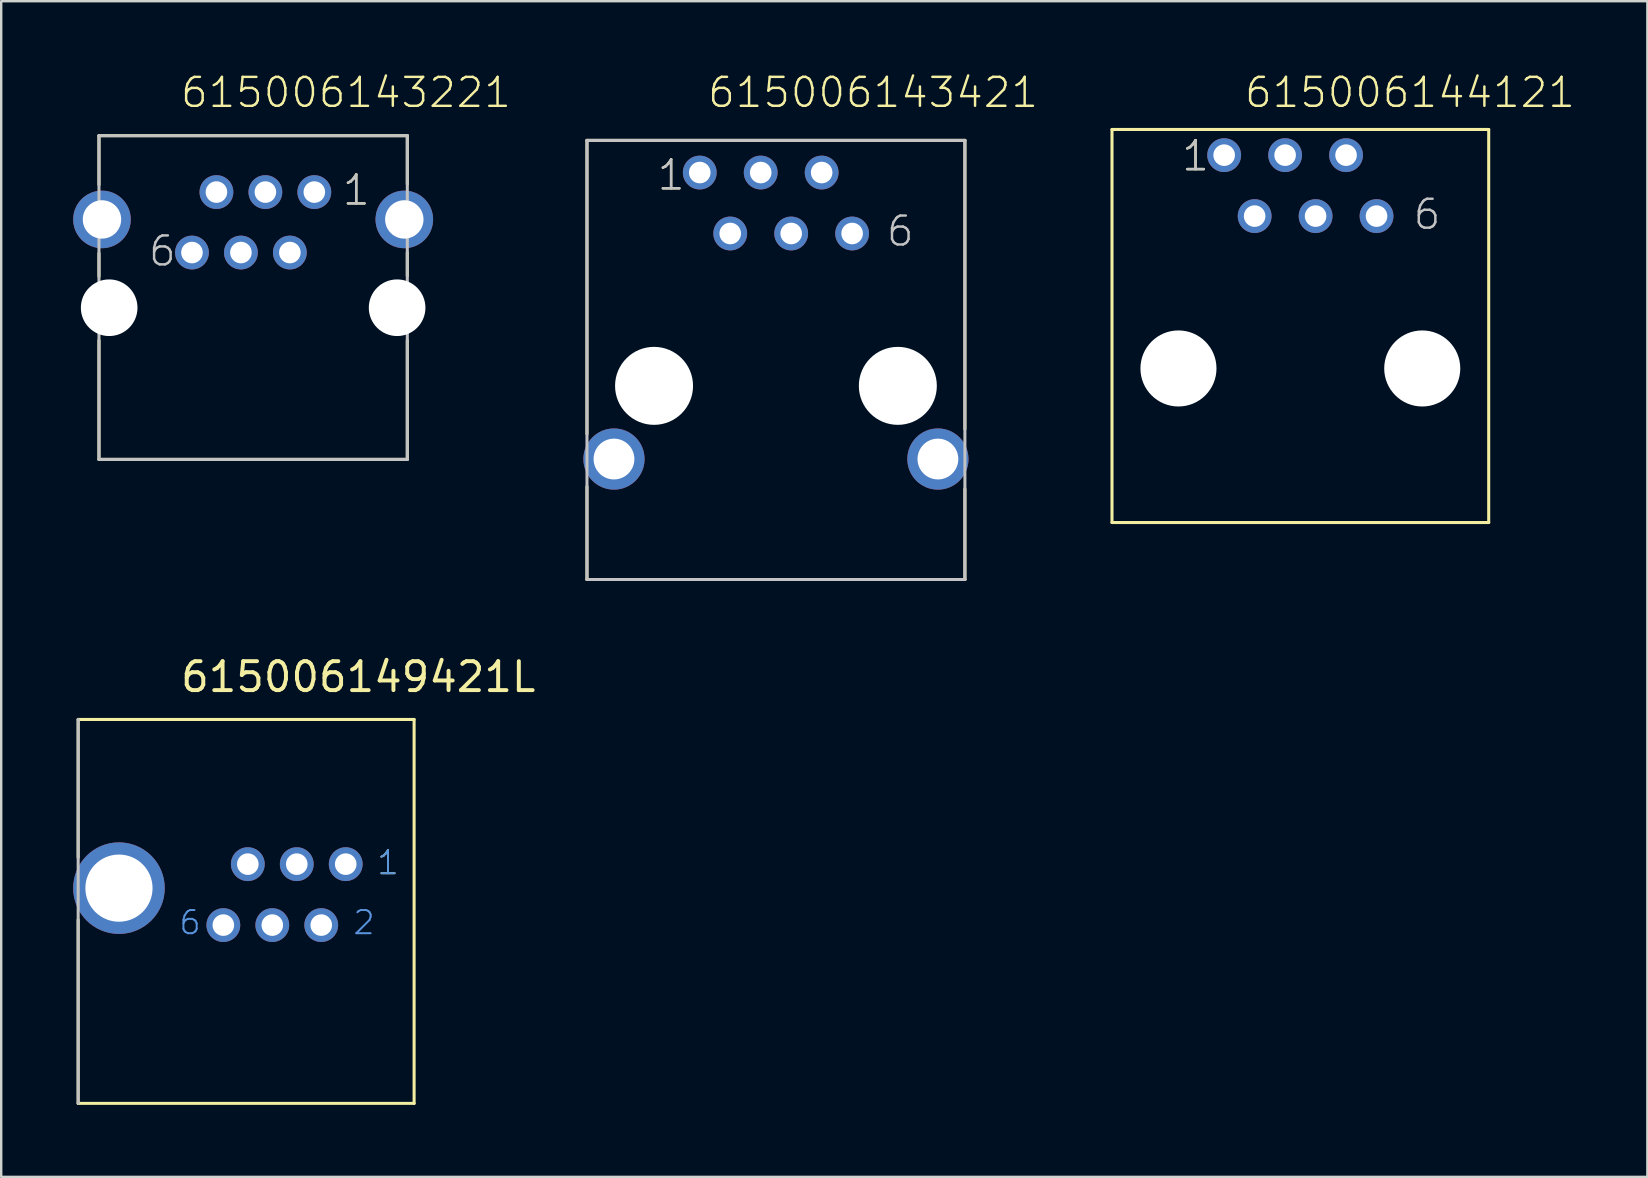
<source format=kicad_pcb>
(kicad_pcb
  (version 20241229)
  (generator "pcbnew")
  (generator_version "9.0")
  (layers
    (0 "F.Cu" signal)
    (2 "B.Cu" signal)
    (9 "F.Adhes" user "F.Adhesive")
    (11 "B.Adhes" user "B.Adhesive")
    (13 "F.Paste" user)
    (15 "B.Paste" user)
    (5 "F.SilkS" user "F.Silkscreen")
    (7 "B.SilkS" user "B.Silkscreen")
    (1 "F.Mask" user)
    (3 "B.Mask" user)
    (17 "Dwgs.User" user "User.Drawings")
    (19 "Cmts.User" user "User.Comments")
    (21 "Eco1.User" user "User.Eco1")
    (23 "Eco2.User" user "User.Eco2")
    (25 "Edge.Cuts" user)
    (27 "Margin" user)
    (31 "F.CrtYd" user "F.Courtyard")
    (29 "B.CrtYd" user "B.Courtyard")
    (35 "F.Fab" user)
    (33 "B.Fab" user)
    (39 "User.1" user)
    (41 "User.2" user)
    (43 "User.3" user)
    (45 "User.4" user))
  (footprint "615006144121"
    (layer "F.Cu")
    (at 51.143 4.686)
    (property "Reference" "615006144121" (at -2.39 -3.175 0) (layer "F.SilkS") (effects (font (size 1.206 1.206) (thickness 0.102)) (justify left bottom)))
    (attr through_hole)
    (fp_line (start -7.85 -2.34) (end 7.85 -2.34) (stroke (width 0.127) (type solid)) (layer "F.SilkS"))
    (fp_line (start -7.85 14.04) (end -7.85 -2.34) (stroke (width 0.127) (type solid)) (layer "F.SilkS"))
    (fp_line (start 7.85 -2.34) (end 7.85 14.04) (stroke (width 0.127) (type solid)) (layer "F.SilkS"))
    (fp_line (start 7.85 14.04) (end -7.85 14.04) (stroke (width 0.127) (type solid)) (layer "F.SilkS"))
    (fp_text user "1" (at -5.01 -0.535 0) (layer "F.SilkS") (effects (font (size 1.206 1.206) (thickness 0.102)) (justify left bottom)))
    (fp_text user "1" (at -5.01 -0.535 0) (layer "Dwgs.User") (effects (font (size 1.206 1.206) (thickness 0.102)) (justify left bottom)))
    (fp_text user "6" (at 4.64 1.905 0) (layer "Dwgs.User") (effects (font (size 1.206 1.206) (thickness 0.102)) (justify left bottom)))
    (pad "" np_thru_hole circle (at -5.08 7.62) (size 3.17 3.17) (drill 3.17) (layers "*.Cu"))
    (pad "" np_thru_hole circle (at 5.08 7.62) (size 3.17 3.17) (drill 3.17) (layers "*.Cu"))
    (pad "1" thru_hole circle (at -3.175 -1.27) (size 1.408 1.408) (drill 0.9) (layers "*.Cu" "*.Mask"))
    (pad "2" thru_hole circle (at -1.905 1.27) (size 1.408 1.408) (drill 0.9) (layers "*.Cu" "*.Mask"))
    (pad "3" thru_hole circle (at -0.635 -1.27) (size 1.408 1.408) (drill 0.9) (layers "*.Cu" "*.Mask"))
    (pad "4" thru_hole circle (at 0.635 1.27) (size 1.408 1.408) (drill 0.9) (layers "*.Cu" "*.Mask"))
    (pad "5" thru_hole circle (at 1.905 -1.27) (size 1.408 1.408) (drill 0.9) (layers "*.Cu" "*.Mask"))
    (pad "6" thru_hole circle (at 3.175 1.27) (size 1.408 1.408) (drill 0.9) (layers "*.Cu" "*.Mask")))
  (footprint "615006143221"
    (layer "F.Cu")
    (at 7.5 6.215)
    (property "Reference" "615006143221" (at -3.09 -4.703 0) (layer "F.SilkS") (effects (font (size 1.206 1.206) (thickness 0.102)) (justify left bottom)))
    (attr through_hole)
    (fp_line (start -6.425 -1.567) (end -6.425 -3.61) (stroke (width 0.127) (type solid)) (layer "F.SilkS"))
    (fp_line (start -6.425 -3.61) (end 6.425 -3.61) (stroke (width 0.127) (type solid)) (layer "F.SilkS"))
    (fp_line (start -6.425 1.29) (end -6.425 2.25) (stroke (width 0.127) (type solid)) (layer "F.SilkS"))
    (fp_line (start -6.425 4.92) (end -6.425 9.88) (stroke (width 0.127) (type solid)) (layer "F.SilkS"))
    (fp_line (start 6.425 -3.61) (end 6.425 -1.593) (stroke (width 0.127) (type solid)) (layer "F.SilkS"))
    (fp_line (start 6.425 1.26) (end 6.425 2.23) (stroke (width 0.127) (type solid)) (layer "F.SilkS"))
    (fp_line (start 6.425 4.92) (end 6.425 9.88) (stroke (width 0.127) (type solid)) (layer "F.SilkS"))
    (fp_line (start 6.425 9.88) (end -6.425 9.88) (stroke (width 0.127) (type solid)) (layer "F.SilkS"))
    (fp_line (start -6.425 -3.61) (end -6.425 9.88) (stroke (width 0.127) (type solid)) (layer "Dwgs.User"))
    (fp_line (start -6.425 9.88) (end 6.425 9.88) (stroke (width 0.127) (type solid)) (layer "Dwgs.User"))
    (fp_line (start 6.425 -3.61) (end -6.425 -3.61) (stroke (width 0.127) (type solid)) (layer "Dwgs.User"))
    (fp_line (start 6.425 9.88) (end 6.425 -3.61) (stroke (width 0.127) (type solid)) (layer "Dwgs.User"))
    (fp_text user "1" (at 3.655 -0.635 0) (layer "F.SilkS") (effects (font (size 1.206 1.206) (thickness 0.102)) (justify left bottom)))
    (fp_text user "6" (at -4.425 1.905 0) (layer "Dwgs.User") (effects (font (size 1.206 1.206) (thickness 0.102)) (justify left bottom)))
    (fp_text user "1" (at 3.655 -0.635 0) (layer "Dwgs.User") (effects (font (size 1.206 1.206) (thickness 0.102)) (justify left bottom)))
    (pad "" np_thru_hole circle (at -6 3.56) (size 2.36 2.36) (drill 2.36) (layers "*.Cu"))
    (pad "" np_thru_hole circle (at 6 3.56) (size 2.36 2.36) (drill 2.36) (layers "*.Cu"))
    (pad "1" thru_hole circle (at 2.55 -1.26) (size 1.408 1.408) (drill 0.9) (layers "*.Cu" "*.Mask"))
    (pad "2" thru_hole circle (at 1.53 1.26) (size 1.408 1.408) (drill 0.9) (layers "*.Cu" "*.Mask"))
    (pad "3" thru_hole circle (at 0.51 -1.26) (size 1.408 1.408) (drill 0.9) (layers "*.Cu" "*.Mask"))
    (pad "4" thru_hole circle (at -0.51 1.26) (size 1.408 1.408) (drill 0.9) (layers "*.Cu" "*.Mask"))
    (pad "5" thru_hole circle (at -1.53 -1.26) (size 1.408 1.408) (drill 0.9) (layers "*.Cu" "*.Mask"))
    (pad "6" thru_hole circle (at -2.55 1.26) (size 1.408 1.408) (drill 0.9) (layers "*.Cu" "*.Mask"))
    (pad "SHEL" thru_hole circle (at -6.3 -0.12) (size 2.4 2.4) (drill 1.6) (layers "*.Cu" "*.Mask"))
    (pad "SHEL" thru_hole circle (at 6.3 -0.12) (size 2.4 2.4) (drill 1.6) (layers "*.Cu" "*.Mask")))
  (footprint "615006143421"
    (layer "F.Cu")
    (at 29.288 13.031)
    (property "Reference" "615006143421" (at -2.91 -11.52 0) (layer "F.SilkS") (effects (font (size 1.206 1.206) (thickness 0.102)) (justify left bottom)))
    (attr through_hole)
    (fp_line (start -7.875 -10.23) (end 7.875 -10.23) (stroke (width 0.127) (type solid)) (layer "F.SilkS"))
    (fp_line (start -7.875 2) (end -7.875 -10.23) (stroke (width 0.127) (type solid)) (layer "F.SilkS"))
    (fp_line (start -7.875 4.2) (end -7.875 8.07) (stroke (width 0.127) (type solid)) (layer "F.SilkS"))
    (fp_line (start 7.875 1.8) (end 7.875 -10.23) (stroke (width 0.127) (type solid)) (layer "F.SilkS"))
    (fp_line (start 7.875 4.3) (end 7.875 8.07) (stroke (width 0.127) (type solid)) (layer "F.SilkS"))
    (fp_line (start 7.875 8.07) (end -7.875 8.07) (stroke (width 0.127) (type solid)) (layer "F.SilkS"))
    (fp_line (start -7.875 -10.23) (end 7.875 -10.23) (stroke (width 0.127) (type solid)) (layer "Dwgs.User"))
    (fp_line (start -7.875 8.07) (end -7.875 -10.23) (stroke (width 0.127) (type solid)) (layer "Dwgs.User"))
    (fp_line (start 7.875 -10.23) (end 7.875 8.07) (stroke (width 0.127) (type solid)) (layer "Dwgs.User"))
    (fp_line (start 7.875 8.07) (end -7.875 8.07) (stroke (width 0.127) (type solid)) (layer "Dwgs.User"))
    (fp_text user "1" (at -5.01 -8.08 0) (layer "F.SilkS") (effects (font (size 1.206 1.206) (thickness 0.102)) (justify left bottom)))
    (fp_text user "1" (at -5.01 -8.08 0) (layer "Dwgs.User") (effects (font (size 1.206 1.206) (thickness 0.102)) (justify left bottom)))
    (fp_text user "6" (at 4.54 -5.74 0) (layer "Dwgs.User") (effects (font (size 1.206 1.206) (thickness 0.102)) (justify left bottom)))
    (pad "" np_thru_hole circle (at -5.08 0) (size 3.25 3.25) (drill 3.25) (layers "*.Cu"))
    (pad "" np_thru_hole circle (at 5.08 0) (size 3.25 3.25) (drill 3.25) (layers "*.Cu"))
    (pad "1" thru_hole circle (at -3.175 -8.89) (size 1.408 1.408) (drill 0.9) (layers "*.Cu" "*.Mask"))
    (pad "2" thru_hole circle (at -1.905 -6.35) (size 1.408 1.408) (drill 0.9) (layers "*.Cu" "*.Mask"))
    (pad "3" thru_hole circle (at -0.635 -8.89) (size 1.408 1.408) (drill 0.9) (layers "*.Cu" "*.Mask"))
    (pad "4" thru_hole circle (at 0.635 -6.35) (size 1.408 1.408) (drill 0.9) (layers "*.Cu" "*.Mask"))
    (pad "5" thru_hole circle (at 1.905 -8.89) (size 1.408 1.408) (drill 0.9) (layers "*.Cu" "*.Mask"))
    (pad "6" thru_hole circle (at 3.175 -6.35) (size 1.408 1.408) (drill 0.9) (layers "*.Cu" "*.Mask"))
    (pad "SHEL" thru_hole circle (at -6.75 3.05) (size 2.55 2.55) (drill 1.7) (layers "*.Cu" "*.Mask"))
    (pad "SHEL" thru_hole circle (at 6.75 3.05) (size 2.55 2.55) (drill 1.7) (layers "*.Cu" "*.Mask")))
  (footprint "615006149421L"
    (layer "F.Cu")
    (at 11.358 32.964)
    (property "Reference" "615006149421L" (at -6.964 -7.097 0) (layer "F.SilkS") (effects (font (size 1.206 1.206) (thickness 0.165)) (justify left bottom)))
    (attr through_hole)
    (fp_line (start -11.15 -6.03) (end 2.85 -6.03) (stroke (width 0.127) (type solid)) (layer "F.SilkS"))
    (fp_line (start -11.15 -0.28) (end -11.15 -6.03) (stroke (width 0.127) (type solid)) (layer "F.SilkS"))
    (fp_line (start -11.15 2.32) (end -11.15 9.97) (stroke (width 0.127) (type solid)) (layer "F.SilkS"))
    (fp_line (start -11.15 9.97) (end 2.85 9.97) (stroke (width 0.127) (type solid)) (layer "F.SilkS"))
    (fp_line (start 2.85 9.97) (end 2.85 -6.03) (stroke (width 0.127) (type solid)) (layer "F.SilkS"))
    (fp_line (start -11.15 9.97) (end -11.15 -6.03) (stroke (width 0.127) (type solid)) (layer "Dwgs.User"))
    (fp_text user "1" (at 1.25 0.5 0) (layer "F.SilkS") (effects (font (size 0.965 0.965) (thickness 0.081)) (justify left bottom)))
    (fp_text user "6" (at -7 3 0) (layer "Cmts.User") (effects (font (size 0.965 0.965) (thickness 0.081)) (justify left bottom)))
    (fp_text user "2" (at 0.25 3 0) (layer "Cmts.User") (effects (font (size 0.965 0.965) (thickness 0.081)) (justify left bottom)))
    (fp_text user "1" (at 1.25 0.5 0) (layer "Cmts.User") (effects (font (size 0.965 0.965) (thickness 0.081)) (justify left bottom)))
    (pad "1" thru_hole circle (at 0 0) (size 1.408 1.408) (drill 0.9) (layers "*.Cu" "*.Mask"))
    (pad "2" thru_hole circle (at -1.02 2.54) (size 1.408 1.408) (drill 0.9) (layers "*.Cu" "*.Mask"))
    (pad "3" thru_hole circle (at -2.04 0) (size 1.408 1.408) (drill 0.9) (layers "*.Cu" "*.Mask"))
    (pad "4" thru_hole circle (at -3.06 2.54) (size 1.408 1.408) (drill 0.9) (layers "*.Cu" "*.Mask"))
    (pad "5" thru_hole circle (at -4.08 0) (size 1.408 1.408) (drill 0.9) (layers "*.Cu" "*.Mask"))
    (pad "6" thru_hole circle (at -5.1 2.54) (size 1.408 1.408) (drill 0.9) (layers "*.Cu" "*.Mask"))
    (pad "SHEL" thru_hole circle (at -9.45 1) (size 3.816 3.816) (drill 2.8) (layers "*.Cu" "*.Mask")))
  (gr_rect
    (start -3 -3)
    (end 65.605 45.998)
    (stroke (width 0.1) (type default))
    (fill no)
    (layer "Edge.Cuts")))
</source>
